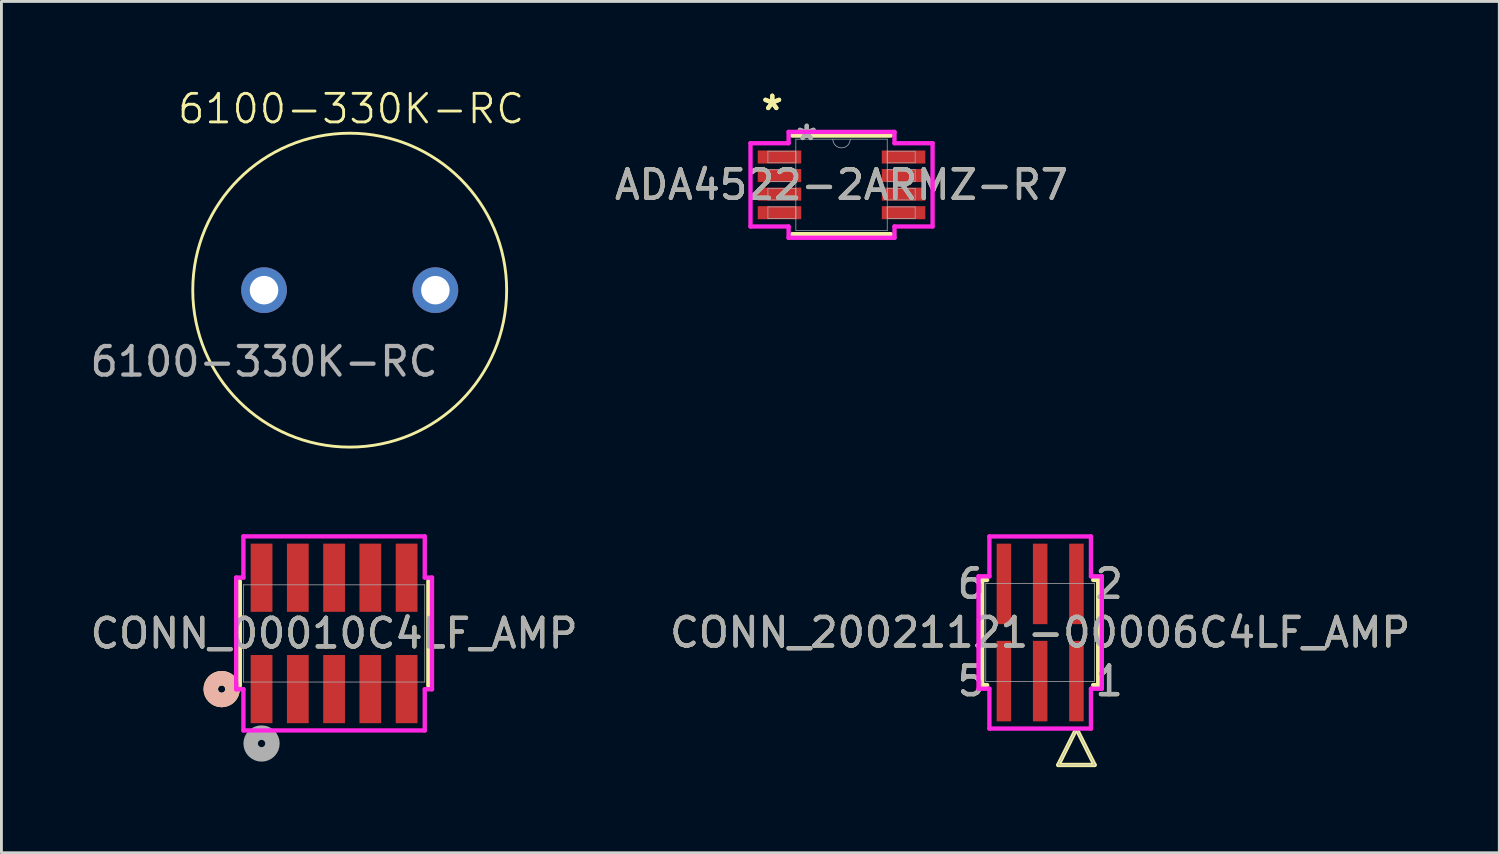
<source format=kicad_pcb>
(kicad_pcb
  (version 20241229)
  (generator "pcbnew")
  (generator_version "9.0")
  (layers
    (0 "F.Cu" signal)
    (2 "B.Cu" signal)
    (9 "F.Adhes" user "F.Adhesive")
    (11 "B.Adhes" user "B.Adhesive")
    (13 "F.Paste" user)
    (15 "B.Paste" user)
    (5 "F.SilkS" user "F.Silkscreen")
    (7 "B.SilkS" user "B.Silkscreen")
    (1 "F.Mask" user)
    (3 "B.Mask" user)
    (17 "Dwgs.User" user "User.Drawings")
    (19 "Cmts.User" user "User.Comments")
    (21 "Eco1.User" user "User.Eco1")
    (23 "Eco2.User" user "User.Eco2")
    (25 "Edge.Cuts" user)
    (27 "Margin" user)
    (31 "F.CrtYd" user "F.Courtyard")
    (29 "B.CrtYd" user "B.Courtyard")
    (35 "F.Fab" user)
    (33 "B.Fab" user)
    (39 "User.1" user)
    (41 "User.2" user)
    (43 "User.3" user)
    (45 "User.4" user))
  (footprint "6100-330K-RC"
    (layer "F.Cu")
    (at 6.196 7.111)
    (property "Reference" "6100-330K-RC" (at 3.048 -6.35 0) (unlocked yes) (layer "F.SilkS") (effects (font (size 1 1) (thickness 0.1))))
    (attr through_hole)
    (fp_circle (center 3 0) (end 8.496 0) (stroke (width 0.1) (type default)) (fill no) (layer "F.SilkS"))
    (fp_text user "${REFERENCE}" (at 0 2.5 0) (unlocked yes) (layer "F.Fab") (effects (font (size 1 1) (thickness 0.15))))
    (pad "1" thru_hole circle (at 0 0) (size 1.6 1.6) (drill 1) (layers "*.Cu" "*.Mask"))
    (pad "2" thru_hole circle (at 6 0) (size 1.6 1.6) (drill 1) (layers "*.Cu" "*.Mask")))
  (footprint "CONN_20021121-00006C4LF_AMP"
    (layer "F.Cu")
    (at 33.375 19.099)
    (property "Reference" "CONN_20021121-00006C4LF_AMP" (at 0 0 0) (unlocked yes) (layer "F.SilkS") (effects (font (size 1 1) (thickness 0.15))))
    (attr smd)
    (fp_line (start -2.032 -1.841) (end -2.032 1.841) (stroke (width 0.152) (type solid)) (layer "F.SilkS"))
    (fp_line (start -2.032 1.841) (end -1.857 1.841) (stroke (width 0.152) (type solid)) (layer "F.SilkS"))
    (fp_line (start -1.857 -1.841) (end -2.032 -1.841) (stroke (width 0.152) (type solid)) (layer "F.SilkS"))
    (fp_line (start 0.635 4.638) (end 1.905 4.638) (stroke (width 0.152) (type solid)) (layer "F.SilkS"))
    (fp_line (start 1.232 3.444) (end 0.635 4.638) (stroke (width 0.152) (type solid)) (layer "F.SilkS"))
    (fp_line (start 1.857 1.841) (end 2.032 1.841) (stroke (width 0.152) (type solid)) (layer "F.SilkS"))
    (fp_line (start 1.905 4.638) (end 1.308 3.444) (stroke (width 0.152) (type solid)) (layer "F.SilkS"))
    (fp_line (start 2.032 -1.841) (end 1.857 -1.841) (stroke (width 0.152) (type solid)) (layer "F.SilkS"))
    (fp_line (start 2.032 1.841) (end 2.032 -1.841) (stroke (width 0.152) (type solid)) (layer "F.SilkS"))
    (fp_line (start -2.159 -1.968) (end -1.778 -1.968) (stroke (width 0.152) (type solid)) (layer "F.CrtYd"))
    (fp_line (start -2.159 1.968) (end -2.159 -1.968) (stroke (width 0.152) (type solid)) (layer "F.CrtYd"))
    (fp_line (start -1.778 -1.968) (end -1.778 -3.365) (stroke (width 0.152) (type solid)) (layer "F.CrtYd"))
    (fp_line (start -1.778 1.968) (end -2.159 1.968) (stroke (width 0.152) (type solid)) (layer "F.CrtYd"))
    (fp_line (start -1.778 3.365) (end -1.778 1.968) (stroke (width 0.152) (type solid)) (layer "F.CrtYd"))
    (fp_line (start -1.778 3.365) (end 1.778 3.365) (stroke (width 0.152) (type solid)) (layer "F.CrtYd"))
    (fp_line (start 1.778 -3.365) (end -1.778 -3.365) (stroke (width 0.152) (type solid)) (layer "F.CrtYd"))
    (fp_line (start 1.778 -3.365) (end 1.778 -1.968) (stroke (width 0.152) (type solid)) (layer "F.CrtYd"))
    (fp_line (start 1.778 -1.968) (end 2.159 -1.968) (stroke (width 0.152) (type solid)) (layer "F.CrtYd"))
    (fp_line (start 1.778 1.968) (end 1.778 3.365) (stroke (width 0.152) (type solid)) (layer "F.CrtYd"))
    (fp_line (start 2.159 -1.968) (end 2.159 1.968) (stroke (width 0.152) (type solid)) (layer "F.CrtYd"))
    (fp_line (start 2.159 1.968) (end 1.778 1.968) (stroke (width 0.152) (type solid)) (layer "F.CrtYd"))
    (fp_line (start -1.905 -1.714) (end -1.905 1.714) (stroke (width 0.025) (type solid)) (layer "F.Fab"))
    (fp_line (start -1.905 1.714) (end 1.905 1.714) (stroke (width 0.025) (type solid)) (layer "F.Fab"))
    (fp_line (start 0.635 4.638) (end 1.905 4.638) (stroke (width 0.025) (type solid)) (layer "F.Fab"))
    (fp_line (start 1.27 3.368) (end 0.635 4.638) (stroke (width 0.025) (type solid)) (layer "F.Fab"))
    (fp_line (start 1.905 -1.714) (end -1.905 -1.714) (stroke (width 0.025) (type solid)) (layer "F.Fab"))
    (fp_line (start 1.905 1.714) (end 1.905 -1.714) (stroke (width 0.025) (type solid)) (layer "F.Fab"))
    (fp_line (start 1.905 4.638) (end 1.27 3.368) (stroke (width 0.025) (type solid)) (layer "F.Fab"))
    (fp_text user "6" (at -2.413 -1.702 0) (unlocked yes) (layer "F.SilkS") (effects (font (size 1 1) (thickness 0.15))))
    (fp_text user "5" (at -2.413 1.702 0) (unlocked yes) (layer "F.SilkS") (effects (font (size 1 1) (thickness 0.15))))
    (fp_text user "2" (at 2.413 -1.702 0) (unlocked yes) (layer "F.SilkS") (effects (font (size 1 1) (thickness 0.15))))
    (fp_text user "1" (at 2.413 1.702 0) (unlocked yes) (layer "F.SilkS") (effects (font (size 1 1) (thickness 0.15))))
    (fp_text user "5" (at -2.413 1.702 0) (unlocked yes) (layer "F.Fab") (effects (font (size 1 1) (thickness 0.15))))
    (fp_text user "${REFERENCE}" (at 0 0 0) (unlocked yes) (layer "F.Fab") (effects (font (size 1 1) (thickness 0.15))))
    (fp_text user "6" (at -2.413 -1.702 0) (unlocked yes) (layer "F.Fab") (effects (font (size 1 1) (thickness 0.15))))
    (fp_text user "2" (at 2.413 -1.702 0) (unlocked yes) (layer "F.Fab") (effects (font (size 1 1) (thickness 0.15))))
    (fp_text user "1" (at 2.413 1.702 0) (unlocked yes) (layer "F.Fab") (effects (font (size 1 1) (thickness 0.15))))
    (pad "1" smd rect (at 1.27 1.702) (size 0.508 2.819) (layers "F.Cu" "F.Mask" "F.Paste"))
    (pad "2" smd rect (at 1.27 -1.702) (size 0.508 2.819) (layers "F.Cu" "F.Mask" "F.Paste"))
    (pad "3" smd rect (at 0 1.702) (size 0.508 2.819) (layers "F.Cu" "F.Mask" "F.Paste"))
    (pad "4" smd rect (at 0 -1.702) (size 0.508 2.819) (layers "F.Cu" "F.Mask" "F.Paste"))
    (pad "5" smd rect (at -1.27 1.702) (size 0.508 2.819) (layers "F.Cu" "F.Mask" "F.Paste"))
    (pad "6" smd rect (at -1.27 -1.702) (size 0.508 2.819) (layers "F.Cu" "F.Mask" "F.Paste")))
  (footprint "CONN_00010C4LF_AMP"
    (layer "F.Cu")
    (at 8.649 19.131)
    (property "Reference" "CONN_00010C4LF_AMP" (at 0 0 0) (unlocked yes) (layer "F.SilkS") (effects (font (size 1 1) (thickness 0.15))))
    (attr smd)
    (fp_line (start -3.302 -1.829) (end -3.302 1.829) (stroke (width 0.152) (type solid)) (layer "F.SilkS"))
    (fp_line (start 3.302 1.829) (end 3.302 -1.829) (stroke (width 0.152) (type solid)) (layer "F.SilkS"))
    (fp_circle (center -3.937 1.95) (end -3.556 1.95) (stroke (width 0.508) (type solid)) (fill no) (layer "F.SilkS"))
    (fp_circle (center -3.937 1.95) (end -3.556 1.95) (stroke (width 0.508) (type solid)) (fill no) (layer "B.SilkS"))
    (fp_line (start -3.429 -1.956) (end -3.429 1.956) (stroke (width 0.152) (type solid)) (layer "F.CrtYd"))
    (fp_line (start -3.429 1.956) (end -3.175 1.956) (stroke (width 0.152) (type solid)) (layer "F.CrtYd"))
    (fp_line (start -3.175 -3.398) (end -3.175 -1.956) (stroke (width 0.152) (type solid)) (layer "F.CrtYd"))
    (fp_line (start -3.175 -1.956) (end -3.429 -1.956) (stroke (width 0.152) (type solid)) (layer "F.CrtYd"))
    (fp_line (start -3.175 1.956) (end -3.175 3.398) (stroke (width 0.152) (type solid)) (layer "F.CrtYd"))
    (fp_line (start -3.175 3.398) (end 3.175 3.398) (stroke (width 0.152) (type solid)) (layer "F.CrtYd"))
    (fp_line (start 3.175 -3.398) (end -3.175 -3.398) (stroke (width 0.152) (type solid)) (layer "F.CrtYd"))
    (fp_line (start 3.175 -1.956) (end 3.175 -3.398) (stroke (width 0.152) (type solid)) (layer "F.CrtYd"))
    (fp_line (start 3.175 1.956) (end 3.429 1.956) (stroke (width 0.152) (type solid)) (layer "F.CrtYd"))
    (fp_line (start 3.175 3.398) (end 3.175 1.956) (stroke (width 0.152) (type solid)) (layer "F.CrtYd"))
    (fp_line (start 3.429 -1.956) (end 3.175 -1.956) (stroke (width 0.152) (type solid)) (layer "F.CrtYd"))
    (fp_line (start 3.429 1.956) (end 3.429 -1.956) (stroke (width 0.152) (type solid)) (layer "F.CrtYd"))
    (fp_line (start -3.175 -1.702) (end -3.175 1.702) (stroke (width 0.025) (type solid)) (layer "F.Fab"))
    (fp_line (start -3.175 1.702) (end 3.175 1.702) (stroke (width 0.025) (type solid)) (layer "F.Fab"))
    (fp_line (start 3.175 -1.702) (end -3.175 -1.702) (stroke (width 0.025) (type solid)) (layer "F.Fab"))
    (fp_line (start 3.175 1.702) (end 3.175 -1.702) (stroke (width 0.025) (type solid)) (layer "F.Fab"))
    (fp_circle (center -2.54 3.855) (end -2.159 3.855) (stroke (width 0.508) (type solid)) (fill no) (layer "F.Fab"))
    (fp_text user "${REFERENCE}" (at 0 0 0) (unlocked yes) (layer "F.Fab") (effects (font (size 1 1) (thickness 0.15))))
    (pad "1" smd rect (at -2.54 1.95) (size 0.762 2.388) (layers "F.Cu" "F.Mask" "F.Paste"))
    (pad "2" smd rect (at -2.54 -1.95) (size 0.762 2.388) (layers "F.Cu" "F.Mask" "F.Paste"))
    (pad "3" smd rect (at -1.27 1.95) (size 0.762 2.388) (layers "F.Cu" "F.Mask" "F.Paste"))
    (pad "4" smd rect (at -1.27 -1.95) (size 0.762 2.388) (layers "F.Cu" "F.Mask" "F.Paste"))
    (pad "5" smd rect (at 0 1.95) (size 0.762 2.388) (layers "F.Cu" "F.Mask" "F.Paste"))
    (pad "6" smd rect (at 0 -1.95) (size 0.762 2.388) (layers "F.Cu" "F.Mask" "F.Paste"))
    (pad "7" smd rect (at 1.27 1.95) (size 0.762 2.388) (layers "F.Cu" "F.Mask" "F.Paste"))
    (pad "8" smd rect (at 1.27 -1.95) (size 0.762 2.388) (layers "F.Cu" "F.Mask" "F.Paste"))
    (pad "9" smd rect (at 2.54 1.95) (size 0.762 2.388) (layers "F.Cu" "F.Mask" "F.Paste"))
    (pad "10" smd rect (at 2.54 -1.95) (size 0.762 2.388) (layers "F.Cu" "F.Mask" "F.Paste")))
  (footprint "ADA4522-2ARMZ-R7"
    (layer "F.Cu")
    (at 26.419 3.423)
    (property "Reference" "ADA4522-2ARMZ-R7" (at 0 0 0) (unlocked yes) (layer "F.SilkS") (effects (font (size 1 1) (thickness 0.15))))
    (attr smd)
    (fp_line (start -1.727 1.727) (end 1.727 1.727) (stroke (width 0.152) (type solid)) (layer "F.SilkS"))
    (fp_line (start 1.727 -1.727) (end -1.727 -1.727) (stroke (width 0.152) (type solid)) (layer "F.SilkS"))
    (fp_line (start -3.188 -1.458) (end -1.854 -1.458) (stroke (width 0.152) (type solid)) (layer "F.CrtYd"))
    (fp_line (start -3.188 1.458) (end -3.188 -1.458) (stroke (width 0.152) (type solid)) (layer "F.CrtYd"))
    (fp_line (start -3.188 1.458) (end -1.854 1.458) (stroke (width 0.152) (type solid)) (layer "F.CrtYd"))
    (fp_line (start -1.854 -1.854) (end 1.854 -1.854) (stroke (width 0.152) (type solid)) (layer "F.CrtYd"))
    (fp_line (start -1.854 -1.458) (end -1.854 -1.854) (stroke (width 0.152) (type solid)) (layer "F.CrtYd"))
    (fp_line (start -1.854 1.854) (end -1.854 1.458) (stroke (width 0.152) (type solid)) (layer "F.CrtYd"))
    (fp_line (start 1.854 -1.854) (end 1.854 -1.458) (stroke (width 0.152) (type solid)) (layer "F.CrtYd"))
    (fp_line (start 1.854 1.458) (end 1.854 1.854) (stroke (width 0.152) (type solid)) (layer "F.CrtYd"))
    (fp_line (start 1.854 1.854) (end -1.854 1.854) (stroke (width 0.152) (type solid)) (layer "F.CrtYd"))
    (fp_line (start 3.188 -1.458) (end 1.854 -1.458) (stroke (width 0.152) (type solid)) (layer "F.CrtYd"))
    (fp_line (start 3.188 -1.458) (end 3.188 1.458) (stroke (width 0.152) (type solid)) (layer "F.CrtYd"))
    (fp_line (start 3.188 1.458) (end 1.854 1.458) (stroke (width 0.152) (type solid)) (layer "F.CrtYd"))
    (fp_line (start -2.578 -1.178) (end -2.578 -0.772) (stroke (width 0.025) (type solid)) (layer "F.Fab"))
    (fp_line (start -2.578 -0.772) (end -1.6 -0.772) (stroke (width 0.025) (type solid)) (layer "F.Fab"))
    (fp_line (start -2.578 -0.528) (end -2.578 -0.122) (stroke (width 0.025) (type solid)) (layer "F.Fab"))
    (fp_line (start -2.578 -0.122) (end -1.6 -0.122) (stroke (width 0.025) (type solid)) (layer "F.Fab"))
    (fp_line (start -2.578 0.122) (end -2.578 0.528) (stroke (width 0.025) (type solid)) (layer "F.Fab"))
    (fp_line (start -2.578 0.528) (end -1.6 0.528) (stroke (width 0.025) (type solid)) (layer "F.Fab"))
    (fp_line (start -2.578 0.772) (end -2.578 1.178) (stroke (width 0.025) (type solid)) (layer "F.Fab"))
    (fp_line (start -2.578 1.178) (end -1.6 1.178) (stroke (width 0.025) (type solid)) (layer "F.Fab"))
    (fp_line (start -1.6 -1.6) (end -1.6 1.6) (stroke (width 0.025) (type solid)) (layer "F.Fab"))
    (fp_line (start -1.6 -1.178) (end -2.578 -1.178) (stroke (width 0.025) (type solid)) (layer "F.Fab"))
    (fp_line (start -1.6 -0.772) (end -1.6 -1.178) (stroke (width 0.025) (type solid)) (layer "F.Fab"))
    (fp_line (start -1.6 -0.528) (end -2.578 -0.528) (stroke (width 0.025) (type solid)) (layer "F.Fab"))
    (fp_line (start -1.6 -0.122) (end -1.6 -0.528) (stroke (width 0.025) (type solid)) (layer "F.Fab"))
    (fp_line (start -1.6 0.122) (end -2.578 0.122) (stroke (width 0.025) (type solid)) (layer "F.Fab"))
    (fp_line (start -1.6 0.528) (end -1.6 0.122) (stroke (width 0.025) (type solid)) (layer "F.Fab"))
    (fp_line (start -1.6 0.772) (end -2.578 0.772) (stroke (width 0.025) (type solid)) (layer "F.Fab"))
    (fp_line (start -1.6 1.178) (end -1.6 0.772) (stroke (width 0.025) (type solid)) (layer "F.Fab"))
    (fp_line (start -1.6 1.6) (end 1.6 1.6) (stroke (width 0.025) (type solid)) (layer "F.Fab"))
    (fp_line (start 1.6 -1.6) (end -1.6 -1.6) (stroke (width 0.025) (type solid)) (layer "F.Fab"))
    (fp_line (start 1.6 -1.178) (end 1.6 -0.772) (stroke (width 0.025) (type solid)) (layer "F.Fab"))
    (fp_line (start 1.6 -0.772) (end 2.578 -0.772) (stroke (width 0.025) (type solid)) (layer "F.Fab"))
    (fp_line (start 1.6 -0.528) (end 1.6 -0.122) (stroke (width 0.025) (type solid)) (layer "F.Fab"))
    (fp_line (start 1.6 -0.122) (end 2.578 -0.122) (stroke (width 0.025) (type solid)) (layer "F.Fab"))
    (fp_line (start 1.6 0.122) (end 1.6 0.528) (stroke (width 0.025) (type solid)) (layer "F.Fab"))
    (fp_line (start 1.6 0.528) (end 2.578 0.528) (stroke (width 0.025) (type solid)) (layer "F.Fab"))
    (fp_line (start 1.6 0.772) (end 1.6 1.178) (stroke (width 0.025) (type solid)) (layer "F.Fab"))
    (fp_line (start 1.6 1.178) (end 2.578 1.178) (stroke (width 0.025) (type solid)) (layer "F.Fab"))
    (fp_line (start 1.6 1.6) (end 1.6 -1.6) (stroke (width 0.025) (type solid)) (layer "F.Fab"))
    (fp_line (start 2.578 -1.178) (end 1.6 -1.178) (stroke (width 0.025) (type solid)) (layer "F.Fab"))
    (fp_line (start 2.578 -0.772) (end 2.578 -1.178) (stroke (width 0.025) (type solid)) (layer "F.Fab"))
    (fp_line (start 2.578 -0.528) (end 1.6 -0.528) (stroke (width 0.025) (type solid)) (layer "F.Fab"))
    (fp_line (start 2.578 -0.122) (end 2.578 -0.528) (stroke (width 0.025) (type solid)) (layer "F.Fab"))
    (fp_line (start 2.578 0.122) (end 1.6 0.122) (stroke (width 0.025) (type solid)) (layer "F.Fab"))
    (fp_line (start 2.578 0.528) (end 2.578 0.122) (stroke (width 0.025) (type solid)) (layer "F.Fab"))
    (fp_line (start 2.578 0.772) (end 1.6 0.772) (stroke (width 0.025) (type solid)) (layer "F.Fab"))
    (fp_line (start 2.578 1.178) (end 2.578 0.772) (stroke (width 0.025) (type solid)) (layer "F.Fab"))
    (fp_arc (start 0.3048 -1.6002) (mid 0 -1.2954) (end -0.3048 -1.6002) (stroke (width 0.0254) (type solid)) (layer "F.Fab"))
    (fp_text user "*" (at -2.426 -2.575 0) (layer "F.SilkS") (effects (font (size 1 1) (thickness 0.15))))
    (fp_text user "*" (at -2.426 -2.575 0) (unlocked yes) (layer "F.SilkS") (effects (font (size 1 1) (thickness 0.15))))
    (fp_text user "${REFERENCE}" (at 0 0 0) (unlocked yes) (layer "F.Fab") (effects (font (size 1 1) (thickness 0.15))))
    (fp_text user "*" (at -1.219 -1.524 0) (layer "F.Fab") (effects (font (size 1 1) (thickness 0.15))))
    (fp_text user "*" (at -1.219 -1.524 0) (unlocked yes) (layer "F.Fab") (effects (font (size 1 1) (thickness 0.15))))
    (pad "1" smd rect (at -2.172 -0.975) (size 1.524 0.457) (layers "F.Cu" "F.Mask" "F.Paste"))
    (pad "2" smd rect (at -2.172 -0.325) (size 1.524 0.457) (layers "F.Cu" "F.Mask" "F.Paste"))
    (pad "3" smd rect (at -2.172 0.325) (size 1.524 0.457) (layers "F.Cu" "F.Mask" "F.Paste"))
    (pad "4" smd rect (at -2.172 0.975) (size 1.524 0.457) (layers "F.Cu" "F.Mask" "F.Paste"))
    (pad "5" smd rect (at 2.172 0.975) (size 1.524 0.457) (layers "F.Cu" "F.Mask" "F.Paste"))
    (pad "6" smd rect (at 2.172 0.325) (size 1.524 0.457) (layers "F.Cu" "F.Mask" "F.Paste"))
    (pad "7" smd rect (at 2.172 -0.325) (size 1.524 0.457) (layers "F.Cu" "F.Mask" "F.Paste"))
    (pad "8" smd rect (at 2.172 -0.975) (size 1.524 0.457) (layers "F.Cu" "F.Mask" "F.Paste")))
  (gr_rect
    (start -3 -3)
    (end 49.452 26.813)
    (stroke (width 0.1) (type default))
    (fill no)
    (layer "Edge.Cuts")))
</source>
